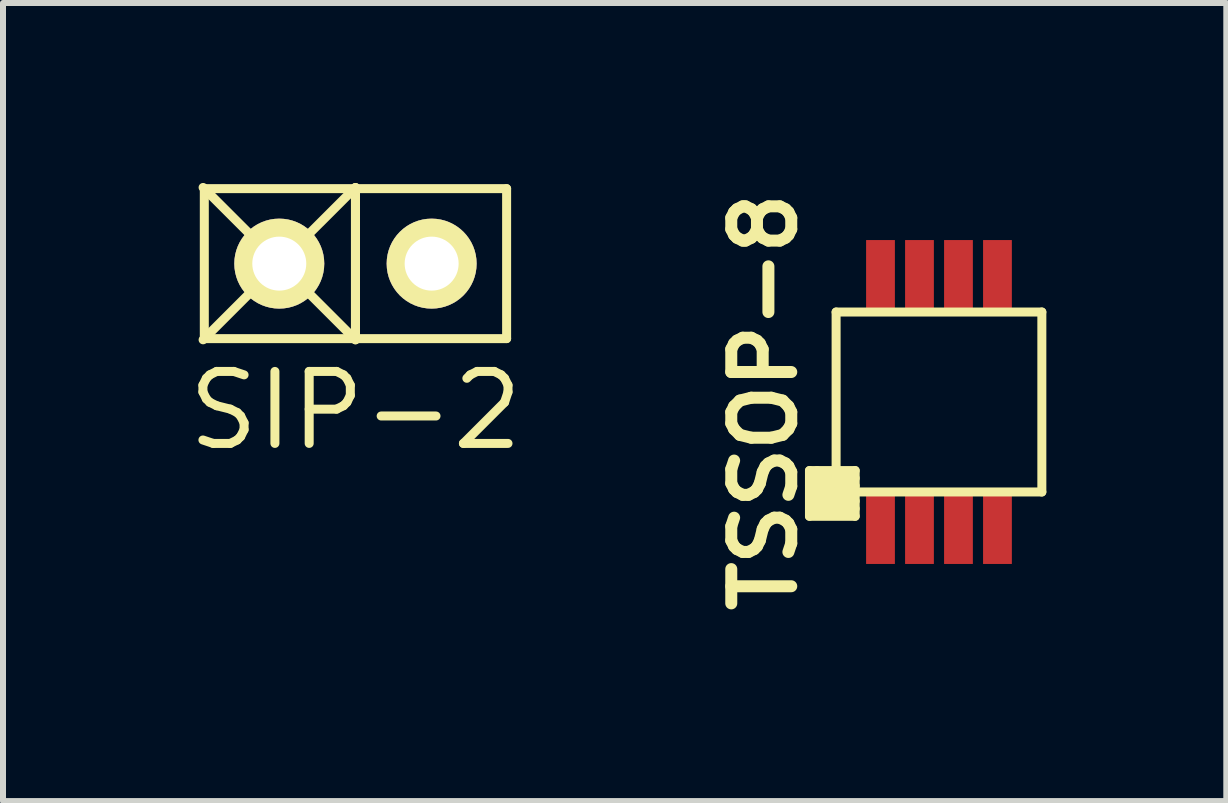
<source format=kicad_pcb>
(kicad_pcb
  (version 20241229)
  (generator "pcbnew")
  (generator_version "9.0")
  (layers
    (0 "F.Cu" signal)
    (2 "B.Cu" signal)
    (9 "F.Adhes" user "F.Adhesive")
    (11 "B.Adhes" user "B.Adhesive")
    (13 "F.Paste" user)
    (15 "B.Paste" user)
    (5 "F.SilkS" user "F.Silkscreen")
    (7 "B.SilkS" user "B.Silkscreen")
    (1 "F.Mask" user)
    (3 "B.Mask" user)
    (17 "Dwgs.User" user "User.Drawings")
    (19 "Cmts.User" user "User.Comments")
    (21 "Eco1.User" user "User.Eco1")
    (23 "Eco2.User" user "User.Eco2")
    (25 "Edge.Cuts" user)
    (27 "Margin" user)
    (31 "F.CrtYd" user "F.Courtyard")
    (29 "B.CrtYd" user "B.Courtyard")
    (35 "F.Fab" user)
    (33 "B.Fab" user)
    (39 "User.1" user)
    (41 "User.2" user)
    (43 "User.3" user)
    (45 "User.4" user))
  (footprint "TSSOP-8"
    (layer "F.Cu")
    (at 12.604 3.652)
    (property "Reference" "TSSOP-8" (at -2.915 0 90) (layer "F.SilkS") (effects (font (size 1 1) (thickness 0.2))))
    (attr smd)
    (fp_line (start -2.159 1.143) (end -2.032 1.143) (stroke (width 0.15) (type solid)) (layer "F.SilkS"))
    (fp_line (start -2.159 1.27) (end -1.397 1.27) (stroke (width 0.15) (type solid)) (layer "F.SilkS"))
    (fp_line (start -2.159 1.397) (end -1.397 1.397) (stroke (width 0.15) (type solid)) (layer "F.SilkS"))
    (fp_line (start -2.159 1.524) (end -1.397 1.524) (stroke (width 0.15) (type solid)) (layer "F.SilkS"))
    (fp_line (start -2.159 1.651) (end -1.397 1.651) (stroke (width 0.15) (type solid)) (layer "F.SilkS"))
    (fp_line (start -2.159 1.778) (end -1.397 1.778) (stroke (width 0.15) (type solid)) (layer "F.SilkS"))
    (fp_line (start -2.159 1.905) (end -2.159 1.143) (stroke (width 0.15) (type solid)) (layer "F.SilkS"))
    (fp_line (start -2.032 1.143) (end -1.397 1.143) (stroke (width 0.15) (type solid)) (layer "F.SilkS"))
    (fp_line (start -1.715 -1.5) (end -1.715 1.5) (stroke (width 0.15) (type solid)) (layer "F.SilkS"))
    (fp_line (start -1.715 1.5) (end 1.715 1.5) (stroke (width 0.15) (type solid)) (layer "F.SilkS"))
    (fp_line (start -1.397 1.143) (end -1.397 1.905) (stroke (width 0.15) (type solid)) (layer "F.SilkS"))
    (fp_line (start -1.397 1.905) (end -2.159 1.905) (stroke (width 0.15) (type solid)) (layer "F.SilkS"))
    (fp_line (start 1.715 -1.5) (end -1.715 -1.5) (stroke (width 0.15) (type solid)) (layer "F.SilkS"))
    (fp_line (start 1.715 1.5) (end 1.715 -1.5) (stroke (width 0.15) (type solid)) (layer "F.SilkS"))
    (pad "1" smd rect (at -0.975 2.1) (size 0.48 1.2) (layers "F.Cu" "F.Mask" "F.Paste"))
    (pad "2" smd rect (at -0.325 2.1) (size 0.48 1.2) (layers "F.Cu" "F.Mask" "F.Paste"))
    (pad "3" smd rect (at 0.325 2.1) (size 0.48 1.2) (layers "F.Cu" "F.Mask" "F.Paste"))
    (pad "4" smd rect (at 0.975 2.1) (size 0.48 1.2) (layers "F.Cu" "F.Mask" "F.Paste"))
    (pad "5" smd rect (at 0.975 -2.1) (size 0.48 1.2) (layers "F.Cu" "F.Mask" "F.Paste"))
    (pad "6" smd rect (at 0.325 -2.1) (size 0.48 1.2) (layers "F.Cu" "F.Mask" "F.Paste"))
    (pad "7" smd rect (at -0.325 -2.1) (size 0.48 1.2) (layers "F.Cu" "F.Mask" "F.Paste"))
    (pad "8" smd rect (at -0.975 -2.1) (size 0.48 1.2) (layers "F.Cu" "F.Mask" "F.Paste")))
  (footprint "SIP-2"
    (layer "F.Cu")
    (at 2.876 1.345)
    (property "Reference" "SIP-2" (at 0 2.45 0) (layer "F.SilkS") (effects (font (size 1.2 1.2) (thickness 0.15))))
    (attr through_hole)
    (fp_line (start -2.54 -1.27) (end 0 1.27) (stroke (width 0.15) (type solid)) (layer "F.SilkS"))
    (fp_line (start -2.52 -1.25) (end 2.52 -1.25) (stroke (width 0.15) (type solid)) (layer "F.SilkS"))
    (fp_line (start -2.52 1.25) (end -2.52 -1.25) (stroke (width 0.15) (type solid)) (layer "F.SilkS"))
    (fp_line (start 0 -1.27) (end -2.54 1.27) (stroke (width 0.15) (type solid)) (layer "F.SilkS"))
    (fp_line (start 0 -1.25) (end 0 1.25) (stroke (width 0.15) (type solid)) (layer "F.SilkS"))
    (fp_line (start 0 1.27) (end 0 -1.27) (stroke (width 0.15) (type solid)) (layer "F.SilkS"))
    (fp_line (start 2.52 -1.25) (end 2.52 1.25) (stroke (width 0.15) (type solid)) (layer "F.SilkS"))
    (fp_line (start 2.52 1.25) (end -2.52 1.25) (stroke (width 0.15) (type solid)) (layer "F.SilkS"))
    (pad "1" thru_hole circle (at -1.27 0) (size 1.5 1.5) (drill 0.9) (layers "*.Cu" "*.Mask" "F.SilkS"))
    (pad "2" thru_hole circle (at 1.27 0) (size 1.5 1.5) (drill 0.9) (layers "*.Cu" "*.Mask" "F.SilkS")))
  (gr_rect
    (start -3 -3)
    (end 17.394 10.305)
    (stroke (width 0.1) (type default))
    (fill no)
    (layer "Edge.Cuts")))
</source>
